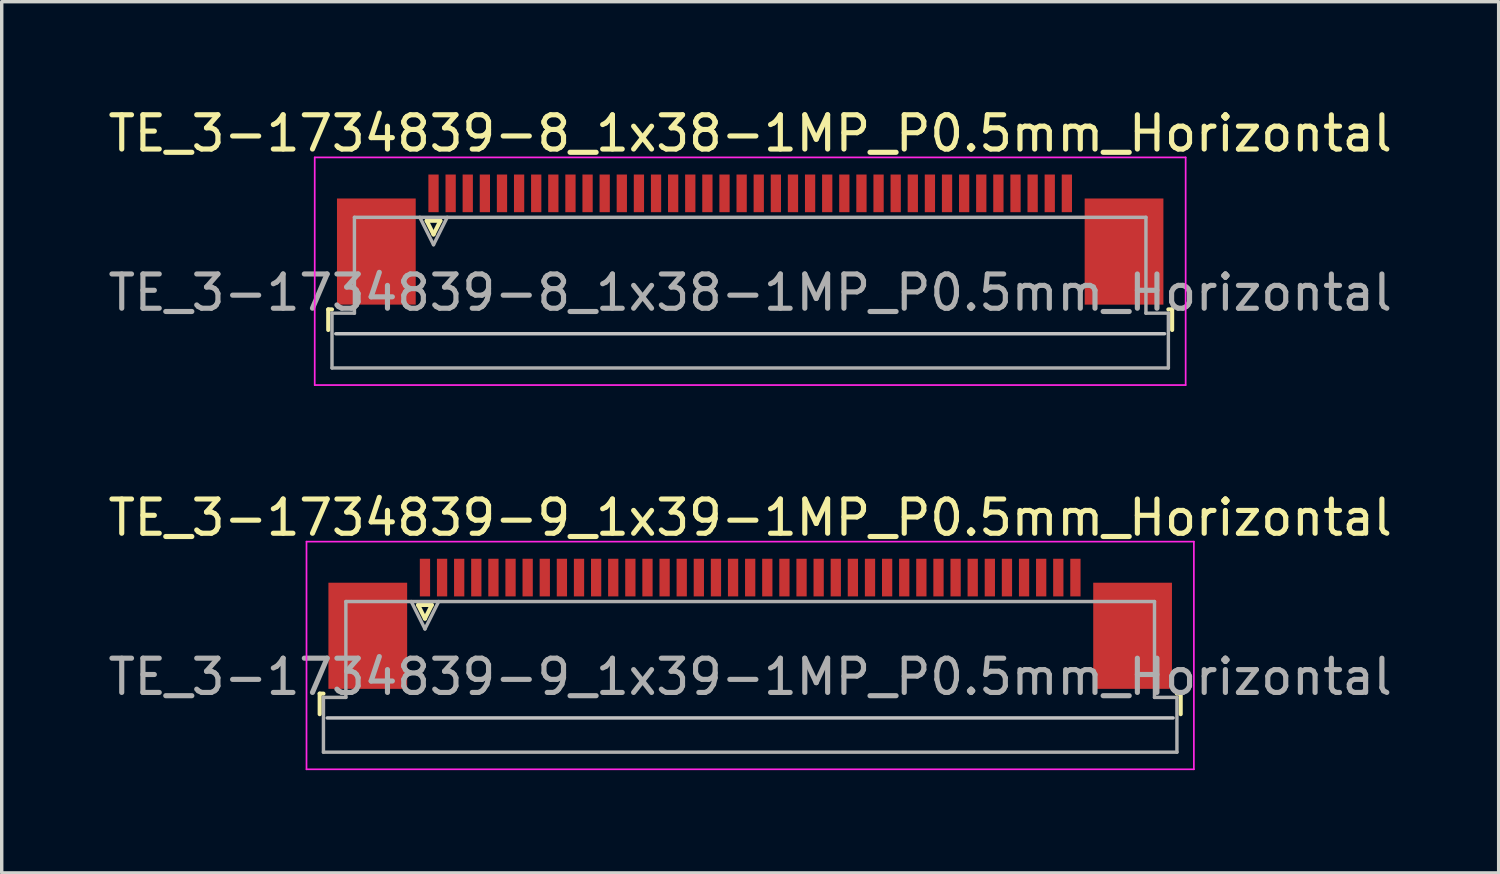
<source format=kicad_pcb>
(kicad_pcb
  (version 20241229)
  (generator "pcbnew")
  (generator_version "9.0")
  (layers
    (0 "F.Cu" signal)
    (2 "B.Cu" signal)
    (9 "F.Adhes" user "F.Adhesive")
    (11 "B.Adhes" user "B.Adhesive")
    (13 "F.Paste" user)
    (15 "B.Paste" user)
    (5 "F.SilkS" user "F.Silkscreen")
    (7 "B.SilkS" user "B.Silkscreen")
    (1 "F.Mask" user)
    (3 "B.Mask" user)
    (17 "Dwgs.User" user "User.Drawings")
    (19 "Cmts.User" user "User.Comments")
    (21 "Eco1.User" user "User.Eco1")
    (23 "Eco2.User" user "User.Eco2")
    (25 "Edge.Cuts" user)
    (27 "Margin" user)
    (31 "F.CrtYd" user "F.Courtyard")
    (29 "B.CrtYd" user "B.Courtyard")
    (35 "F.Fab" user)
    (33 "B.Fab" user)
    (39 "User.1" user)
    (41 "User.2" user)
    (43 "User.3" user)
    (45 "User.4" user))
  (footprint "TE_3-1734839-8_1x38-1MP_P0.5mm_Horizontal"
    (layer "F.Cu")
    (at 18.863 3.948)
    (property "Reference" "TE_3-1734839-8_1x38-1MP_P0.5mm_Horizontal" (at 0 -3.1 0) (layer "F.SilkS") (effects (font (size 1 1) (thickness 0.15))))
    (attr smd)
    (fp_line (start -12.325 2.04) (end -12.325 2.64) (stroke (width 0.12) (type solid)) (layer "F.SilkS"))
    (fp_line (start -12.215 2.04) (end -12.325 2.04) (stroke (width 0.12) (type solid)) (layer "F.SilkS"))
    (fp_line (start -9.45 -0.55) (end -9.25 -0.15) (stroke (width 0.12) (type solid)) (layer "F.SilkS"))
    (fp_line (start -9.25 -0.15) (end -9.05 -0.55) (stroke (width 0.12) (type solid)) (layer "F.SilkS"))
    (fp_line (start -9.05 -0.55) (end -9.45 -0.55) (stroke (width 0.12) (type solid)) (layer "F.SilkS"))
    (fp_line (start 12.215 2.04) (end 12.325 2.04) (stroke (width 0.12) (type solid)) (layer "F.SilkS"))
    (fp_line (start 12.325 2.04) (end 12.325 2.64) (stroke (width 0.12) (type solid)) (layer "F.SilkS"))
    (fp_line (start 12.105 2.75) (end -12.105 2.75) (stroke (width 0.1) (type solid)) (layer "Dwgs.User"))
    (fp_line (start -12.72 -2.4) (end -12.72 4.25) (stroke (width 0.05) (type solid)) (layer "F.CrtYd"))
    (fp_line (start -12.72 4.25) (end 12.72 4.25) (stroke (width 0.05) (type solid)) (layer "F.CrtYd"))
    (fp_line (start 12.72 -2.4) (end -12.72 -2.4) (stroke (width 0.05) (type solid)) (layer "F.CrtYd"))
    (fp_line (start 12.72 4.25) (end 12.72 -2.4) (stroke (width 0.05) (type solid)) (layer "F.CrtYd"))
    (fp_line (start -12.215 2.15) (end -11.56 2.15) (stroke (width 0.1) (type solid)) (layer "F.Fab"))
    (fp_line (start -12.215 3.75) (end -12.215 2.15) (stroke (width 0.1) (type solid)) (layer "F.Fab"))
    (fp_line (start -11.56 -0.65) (end 11.56 -0.65) (stroke (width 0.1) (type solid)) (layer "F.Fab"))
    (fp_line (start -11.56 2.15) (end -11.56 -0.65) (stroke (width 0.1) (type solid)) (layer "F.Fab"))
    (fp_line (start -9.65 -0.65) (end -9.25 0.15) (stroke (width 0.1) (type solid)) (layer "F.Fab"))
    (fp_line (start -9.25 0.15) (end -8.85 -0.65) (stroke (width 0.1) (type solid)) (layer "F.Fab"))
    (fp_line (start 11.56 -0.65) (end 11.56 2.15) (stroke (width 0.1) (type solid)) (layer "F.Fab"))
    (fp_line (start 11.56 2.15) (end 12.215 2.15) (stroke (width 0.1) (type solid)) (layer "F.Fab"))
    (fp_line (start 12.215 2.15) (end 12.215 3.75) (stroke (width 0.1) (type solid)) (layer "F.Fab"))
    (fp_line (start 12.215 3.75) (end -12.215 3.75) (stroke (width 0.1) (type solid)) (layer "F.Fab"))
    (fp_text user "${REFERENCE}" (at 0 1.55 0) (layer "F.Fab") (effects (font (size 1 1) (thickness 0.15))))
    (pad "1" smd rect (at -9.25 -1.35) (size 0.3 1.1) (layers "F.Cu" "F.Mask" "F.Paste"))
    (pad "2" smd rect (at -8.75 -1.35) (size 0.3 1.1) (layers "F.Cu" "F.Mask" "F.Paste"))
    (pad "3" smd rect (at -8.25 -1.35) (size 0.3 1.1) (layers "F.Cu" "F.Mask" "F.Paste"))
    (pad "4" smd rect (at -7.75 -1.35) (size 0.3 1.1) (layers "F.Cu" "F.Mask" "F.Paste"))
    (pad "5" smd rect (at -7.25 -1.35) (size 0.3 1.1) (layers "F.Cu" "F.Mask" "F.Paste"))
    (pad "6" smd rect (at -6.75 -1.35) (size 0.3 1.1) (layers "F.Cu" "F.Mask" "F.Paste"))
    (pad "7" smd rect (at -6.25 -1.35) (size 0.3 1.1) (layers "F.Cu" "F.Mask" "F.Paste"))
    (pad "8" smd rect (at -5.75 -1.35) (size 0.3 1.1) (layers "F.Cu" "F.Mask" "F.Paste"))
    (pad "9" smd rect (at -5.25 -1.35) (size 0.3 1.1) (layers "F.Cu" "F.Mask" "F.Paste"))
    (pad "10" smd rect (at -4.75 -1.35) (size 0.3 1.1) (layers "F.Cu" "F.Mask" "F.Paste"))
    (pad "11" smd rect (at -4.25 -1.35) (size 0.3 1.1) (layers "F.Cu" "F.Mask" "F.Paste"))
    (pad "12" smd rect (at -3.75 -1.35) (size 0.3 1.1) (layers "F.Cu" "F.Mask" "F.Paste"))
    (pad "13" smd rect (at -3.25 -1.35) (size 0.3 1.1) (layers "F.Cu" "F.Mask" "F.Paste"))
    (pad "14" smd rect (at -2.75 -1.35) (size 0.3 1.1) (layers "F.Cu" "F.Mask" "F.Paste"))
    (pad "15" smd rect (at -2.25 -1.35) (size 0.3 1.1) (layers "F.Cu" "F.Mask" "F.Paste"))
    (pad "16" smd rect (at -1.75 -1.35) (size 0.3 1.1) (layers "F.Cu" "F.Mask" "F.Paste"))
    (pad "17" smd rect (at -1.25 -1.35) (size 0.3 1.1) (layers "F.Cu" "F.Mask" "F.Paste"))
    (pad "18" smd rect (at -0.75 -1.35) (size 0.3 1.1) (layers "F.Cu" "F.Mask" "F.Paste"))
    (pad "19" smd rect (at -0.25 -1.35) (size 0.3 1.1) (layers "F.Cu" "F.Mask" "F.Paste"))
    (pad "20" smd rect (at 0.25 -1.35) (size 0.3 1.1) (layers "F.Cu" "F.Mask" "F.Paste"))
    (pad "21" smd rect (at 0.75 -1.35) (size 0.3 1.1) (layers "F.Cu" "F.Mask" "F.Paste"))
    (pad "22" smd rect (at 1.25 -1.35) (size 0.3 1.1) (layers "F.Cu" "F.Mask" "F.Paste"))
    (pad "23" smd rect (at 1.75 -1.35) (size 0.3 1.1) (layers "F.Cu" "F.Mask" "F.Paste"))
    (pad "24" smd rect (at 2.25 -1.35) (size 0.3 1.1) (layers "F.Cu" "F.Mask" "F.Paste"))
    (pad "25" smd rect (at 2.75 -1.35) (size 0.3 1.1) (layers "F.Cu" "F.Mask" "F.Paste"))
    (pad "26" smd rect (at 3.25 -1.35) (size 0.3 1.1) (layers "F.Cu" "F.Mask" "F.Paste"))
    (pad "27" smd rect (at 3.75 -1.35) (size 0.3 1.1) (layers "F.Cu" "F.Mask" "F.Paste"))
    (pad "28" smd rect (at 4.25 -1.35) (size 0.3 1.1) (layers "F.Cu" "F.Mask" "F.Paste"))
    (pad "29" smd rect (at 4.75 -1.35) (size 0.3 1.1) (layers "F.Cu" "F.Mask" "F.Paste"))
    (pad "30" smd rect (at 5.25 -1.35) (size 0.3 1.1) (layers "F.Cu" "F.Mask" "F.Paste"))
    (pad "31" smd rect (at 5.75 -1.35) (size 0.3 1.1) (layers "F.Cu" "F.Mask" "F.Paste"))
    (pad "32" smd rect (at 6.25 -1.35) (size 0.3 1.1) (layers "F.Cu" "F.Mask" "F.Paste"))
    (pad "33" smd rect (at 6.75 -1.35) (size 0.3 1.1) (layers "F.Cu" "F.Mask" "F.Paste"))
    (pad "34" smd rect (at 7.25 -1.35) (size 0.3 1.1) (layers "F.Cu" "F.Mask" "F.Paste"))
    (pad "35" smd rect (at 7.75 -1.35) (size 0.3 1.1) (layers "F.Cu" "F.Mask" "F.Paste"))
    (pad "36" smd rect (at 8.25 -1.35) (size 0.3 1.1) (layers "F.Cu" "F.Mask" "F.Paste"))
    (pad "37" smd rect (at 8.75 -1.35) (size 0.3 1.1) (layers "F.Cu" "F.Mask" "F.Paste"))
    (pad "38" smd rect (at 9.25 -1.35) (size 0.3 1.1) (layers "F.Cu" "F.Mask" "F.Paste"))
    (pad "MP" smd rect (at -10.92 0.35) (size 2.3 3.1) (layers "F.Cu" "F.Mask" "F.Paste"))
    (pad "MP" smd rect (at 10.92 0.35) (size 2.3 3.1) (layers "F.Cu" "F.Mask" "F.Paste")))
  (footprint "TE_3-1734839-9_1x39-1MP_P0.5mm_Horizontal"
    (layer "F.Cu")
    (at 18.863 15.171)
    (property "Reference" "TE_3-1734839-9_1x39-1MP_P0.5mm_Horizontal" (at 0 -3.1 0) (layer "F.SilkS") (effects (font (size 1 1) (thickness 0.15))))
    (attr smd)
    (fp_line (start -12.575 2.04) (end -12.575 2.64) (stroke (width 0.12) (type solid)) (layer "F.SilkS"))
    (fp_line (start -12.465 2.04) (end -12.575 2.04) (stroke (width 0.12) (type solid)) (layer "F.SilkS"))
    (fp_line (start -9.7 -0.55) (end -9.5 -0.15) (stroke (width 0.12) (type solid)) (layer "F.SilkS"))
    (fp_line (start -9.5 -0.15) (end -9.3 -0.55) (stroke (width 0.12) (type solid)) (layer "F.SilkS"))
    (fp_line (start -9.3 -0.55) (end -9.7 -0.55) (stroke (width 0.12) (type solid)) (layer "F.SilkS"))
    (fp_line (start 12.465 2.04) (end 12.575 2.04) (stroke (width 0.12) (type solid)) (layer "F.SilkS"))
    (fp_line (start 12.575 2.04) (end 12.575 2.64) (stroke (width 0.12) (type solid)) (layer "F.SilkS"))
    (fp_line (start 12.355 2.75) (end -12.355 2.75) (stroke (width 0.1) (type solid)) (layer "Dwgs.User"))
    (fp_line (start -12.96 -2.4) (end -12.96 4.25) (stroke (width 0.05) (type solid)) (layer "F.CrtYd"))
    (fp_line (start -12.96 4.25) (end 12.96 4.25) (stroke (width 0.05) (type solid)) (layer "F.CrtYd"))
    (fp_line (start 12.96 -2.4) (end -12.96 -2.4) (stroke (width 0.05) (type solid)) (layer "F.CrtYd"))
    (fp_line (start 12.96 4.25) (end 12.96 -2.4) (stroke (width 0.05) (type solid)) (layer "F.CrtYd"))
    (fp_line (start -12.465 2.15) (end -11.81 2.15) (stroke (width 0.1) (type solid)) (layer "F.Fab"))
    (fp_line (start -12.465 3.75) (end -12.465 2.15) (stroke (width 0.1) (type solid)) (layer "F.Fab"))
    (fp_line (start -11.81 -0.65) (end 11.81 -0.65) (stroke (width 0.1) (type solid)) (layer "F.Fab"))
    (fp_line (start -11.81 2.15) (end -11.81 -0.65) (stroke (width 0.1) (type solid)) (layer "F.Fab"))
    (fp_line (start -9.9 -0.65) (end -9.5 0.15) (stroke (width 0.1) (type solid)) (layer "F.Fab"))
    (fp_line (start -9.5 0.15) (end -9.1 -0.65) (stroke (width 0.1) (type solid)) (layer "F.Fab"))
    (fp_line (start 11.81 -0.65) (end 11.81 2.15) (stroke (width 0.1) (type solid)) (layer "F.Fab"))
    (fp_line (start 11.81 2.15) (end 12.465 2.15) (stroke (width 0.1) (type solid)) (layer "F.Fab"))
    (fp_line (start 12.465 2.15) (end 12.465 3.75) (stroke (width 0.1) (type solid)) (layer "F.Fab"))
    (fp_line (start 12.465 3.75) (end -12.465 3.75) (stroke (width 0.1) (type solid)) (layer "F.Fab"))
    (fp_text user "${REFERENCE}" (at 0 1.55 0) (layer "F.Fab") (effects (font (size 1 1) (thickness 0.15))))
    (pad "1" smd rect (at -9.5 -1.35) (size 0.3 1.1) (layers "F.Cu" "F.Mask" "F.Paste"))
    (pad "2" smd rect (at -9 -1.35) (size 0.3 1.1) (layers "F.Cu" "F.Mask" "F.Paste"))
    (pad "3" smd rect (at -8.5 -1.35) (size 0.3 1.1) (layers "F.Cu" "F.Mask" "F.Paste"))
    (pad "4" smd rect (at -8 -1.35) (size 0.3 1.1) (layers "F.Cu" "F.Mask" "F.Paste"))
    (pad "5" smd rect (at -7.5 -1.35) (size 0.3 1.1) (layers "F.Cu" "F.Mask" "F.Paste"))
    (pad "6" smd rect (at -7 -1.35) (size 0.3 1.1) (layers "F.Cu" "F.Mask" "F.Paste"))
    (pad "7" smd rect (at -6.5 -1.35) (size 0.3 1.1) (layers "F.Cu" "F.Mask" "F.Paste"))
    (pad "8" smd rect (at -6 -1.35) (size 0.3 1.1) (layers "F.Cu" "F.Mask" "F.Paste"))
    (pad "9" smd rect (at -5.5 -1.35) (size 0.3 1.1) (layers "F.Cu" "F.Mask" "F.Paste"))
    (pad "10" smd rect (at -5 -1.35) (size 0.3 1.1) (layers "F.Cu" "F.Mask" "F.Paste"))
    (pad "11" smd rect (at -4.5 -1.35) (size 0.3 1.1) (layers "F.Cu" "F.Mask" "F.Paste"))
    (pad "12" smd rect (at -4 -1.35) (size 0.3 1.1) (layers "F.Cu" "F.Mask" "F.Paste"))
    (pad "13" smd rect (at -3.5 -1.35) (size 0.3 1.1) (layers "F.Cu" "F.Mask" "F.Paste"))
    (pad "14" smd rect (at -3 -1.35) (size 0.3 1.1) (layers "F.Cu" "F.Mask" "F.Paste"))
    (pad "15" smd rect (at -2.5 -1.35) (size 0.3 1.1) (layers "F.Cu" "F.Mask" "F.Paste"))
    (pad "16" smd rect (at -2 -1.35) (size 0.3 1.1) (layers "F.Cu" "F.Mask" "F.Paste"))
    (pad "17" smd rect (at -1.5 -1.35) (size 0.3 1.1) (layers "F.Cu" "F.Mask" "F.Paste"))
    (pad "18" smd rect (at -1 -1.35) (size 0.3 1.1) (layers "F.Cu" "F.Mask" "F.Paste"))
    (pad "19" smd rect (at -0.5 -1.35) (size 0.3 1.1) (layers "F.Cu" "F.Mask" "F.Paste"))
    (pad "20" smd rect (at 0 -1.35) (size 0.3 1.1) (layers "F.Cu" "F.Mask" "F.Paste"))
    (pad "21" smd rect (at 0.5 -1.35) (size 0.3 1.1) (layers "F.Cu" "F.Mask" "F.Paste"))
    (pad "22" smd rect (at 1 -1.35) (size 0.3 1.1) (layers "F.Cu" "F.Mask" "F.Paste"))
    (pad "23" smd rect (at 1.5 -1.35) (size 0.3 1.1) (layers "F.Cu" "F.Mask" "F.Paste"))
    (pad "24" smd rect (at 2 -1.35) (size 0.3 1.1) (layers "F.Cu" "F.Mask" "F.Paste"))
    (pad "25" smd rect (at 2.5 -1.35) (size 0.3 1.1) (layers "F.Cu" "F.Mask" "F.Paste"))
    (pad "26" smd rect (at 3 -1.35) (size 0.3 1.1) (layers "F.Cu" "F.Mask" "F.Paste"))
    (pad "27" smd rect (at 3.5 -1.35) (size 0.3 1.1) (layers "F.Cu" "F.Mask" "F.Paste"))
    (pad "28" smd rect (at 4 -1.35) (size 0.3 1.1) (layers "F.Cu" "F.Mask" "F.Paste"))
    (pad "29" smd rect (at 4.5 -1.35) (size 0.3 1.1) (layers "F.Cu" "F.Mask" "F.Paste"))
    (pad "30" smd rect (at 5 -1.35) (size 0.3 1.1) (layers "F.Cu" "F.Mask" "F.Paste"))
    (pad "31" smd rect (at 5.5 -1.35) (size 0.3 1.1) (layers "F.Cu" "F.Mask" "F.Paste"))
    (pad "32" smd rect (at 6 -1.35) (size 0.3 1.1) (layers "F.Cu" "F.Mask" "F.Paste"))
    (pad "33" smd rect (at 6.5 -1.35) (size 0.3 1.1) (layers "F.Cu" "F.Mask" "F.Paste"))
    (pad "34" smd rect (at 7 -1.35) (size 0.3 1.1) (layers "F.Cu" "F.Mask" "F.Paste"))
    (pad "35" smd rect (at 7.5 -1.35) (size 0.3 1.1) (layers "F.Cu" "F.Mask" "F.Paste"))
    (pad "36" smd rect (at 8 -1.35) (size 0.3 1.1) (layers "F.Cu" "F.Mask" "F.Paste"))
    (pad "37" smd rect (at 8.5 -1.35) (size 0.3 1.1) (layers "F.Cu" "F.Mask" "F.Paste"))
    (pad "38" smd rect (at 9 -1.35) (size 0.3 1.1) (layers "F.Cu" "F.Mask" "F.Paste"))
    (pad "39" smd rect (at 9.5 -1.35) (size 0.3 1.1) (layers "F.Cu" "F.Mask" "F.Paste"))
    (pad "MP" smd rect (at -11.17 0.35) (size 2.3 3.1) (layers "F.Cu" "F.Mask" "F.Paste"))
    (pad "MP" smd rect (at 11.17 0.35) (size 2.3 3.1) (layers "F.Cu" "F.Mask" "F.Paste")))
  (gr_rect
    (start -3 -3)
    (end 40.726 22.447)
    (stroke (width 0.1) (type default))
    (fill no)
    (layer "Edge.Cuts")))
</source>
